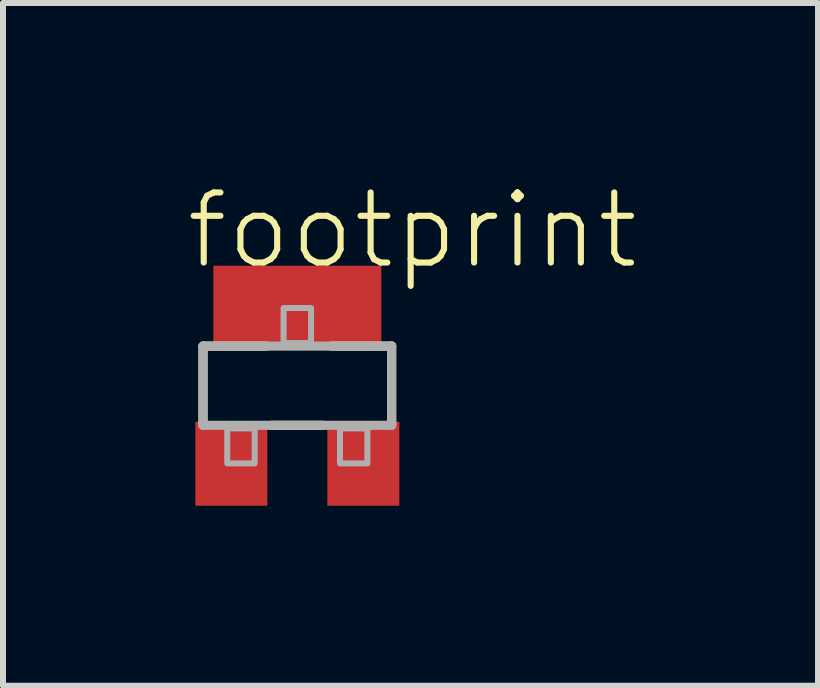
<source format=kicad_pcb>
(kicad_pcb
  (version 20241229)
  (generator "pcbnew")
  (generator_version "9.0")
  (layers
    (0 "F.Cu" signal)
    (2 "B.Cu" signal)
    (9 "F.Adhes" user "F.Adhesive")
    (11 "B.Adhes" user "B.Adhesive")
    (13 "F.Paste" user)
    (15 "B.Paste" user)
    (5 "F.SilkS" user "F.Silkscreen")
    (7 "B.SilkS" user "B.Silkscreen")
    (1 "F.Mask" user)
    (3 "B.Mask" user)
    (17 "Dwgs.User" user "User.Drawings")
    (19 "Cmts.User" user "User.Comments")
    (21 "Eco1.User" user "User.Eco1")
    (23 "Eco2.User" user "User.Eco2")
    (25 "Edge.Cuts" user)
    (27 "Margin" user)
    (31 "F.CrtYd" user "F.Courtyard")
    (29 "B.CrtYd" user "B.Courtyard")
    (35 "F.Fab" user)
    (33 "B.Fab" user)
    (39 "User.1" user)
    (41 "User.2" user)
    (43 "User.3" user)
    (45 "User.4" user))
  (footprint "footprint"
    (layer "F.Cu")
    (at 1.905 3.378)
    (property "Reference" "footprint" (at -1.905 -1.905 0) (layer "F.SilkS") (effects (font (size 1.168 1.168) (thickness 0.102)) (justify left bottom)))
    (fp_line (start -1.572 -0.66) (end -0.514 -0.66) (stroke (width 0.152) (type solid)) (layer "F.SilkS"))
    (fp_line (start -1.572 0.652) (end -1.572 -0.66) (stroke (width 0.152) (type solid)) (layer "F.SilkS"))
    (fp_line (start 0.422 0.66) (end -0.436 0.66) (stroke (width 0.152) (type solid)) (layer "F.SilkS"))
    (fp_line (start 0.564 -0.66) (end 1.572 -0.66) (stroke (width 0.152) (type solid)) (layer "F.SilkS"))
    (fp_line (start 1.572 -0.66) (end 1.572 0.652) (stroke (width 0.152) (type solid)) (layer "F.SilkS"))
    (fp_line (start -1.572 -0.66) (end 1.572 -0.66) (stroke (width 0.152) (type solid)) (layer "F.Fab"))
    (fp_line (start -1.572 0.66) (end -1.572 -0.66) (stroke (width 0.152) (type solid)) (layer "F.Fab"))
    (fp_line (start 1.572 -0.66) (end 1.572 0.66) (stroke (width 0.152) (type solid)) (layer "F.Fab"))
    (fp_line (start 1.572 0.66) (end -1.572 0.66) (stroke (width 0.152) (type solid)) (layer "F.Fab"))
    (fp_poly (pts (xy -1.168 1.295) (xy -0.711 1.295) (xy -0.711 0.711) (xy -1.168 0.711)) (stroke (width 0.1) (type solid)) (fill no) (layer "F.Fab"))
    (fp_poly (pts (xy -0.229 -0.711) (xy 0.229 -0.711) (xy 0.229 -1.295) (xy -0.229 -1.295)) (stroke (width 0.1) (type solid)) (fill no) (layer "F.Fab"))
    (fp_poly (pts (xy 0.711 1.295) (xy 1.168 1.295) (xy 1.168 0.711) (xy 0.711 0.711)) (stroke (width 0.1) (type solid)) (fill no) (layer "F.Fab"))
    (pad "1" smd rect (at -1.1 1.3) (size 1.2 1.4) (layers "F.Cu" "F.Mask" "F.Paste"))
    (pad "2" smd rect (at 1.1 1.3) (size 1.2 1.4) (layers "F.Cu" "F.Mask" "F.Paste"))
    (pad "3" smd rect (at 0 -1.3) (size 2.8 1.4) (layers "F.Cu" "F.Mask" "F.Paste")))
  (gr_rect
    (start -3 -3)
    (end 10.582 8.378)
    (stroke (width 0.1) (type default))
    (fill no)
    (layer "Edge.Cuts")))
</source>
